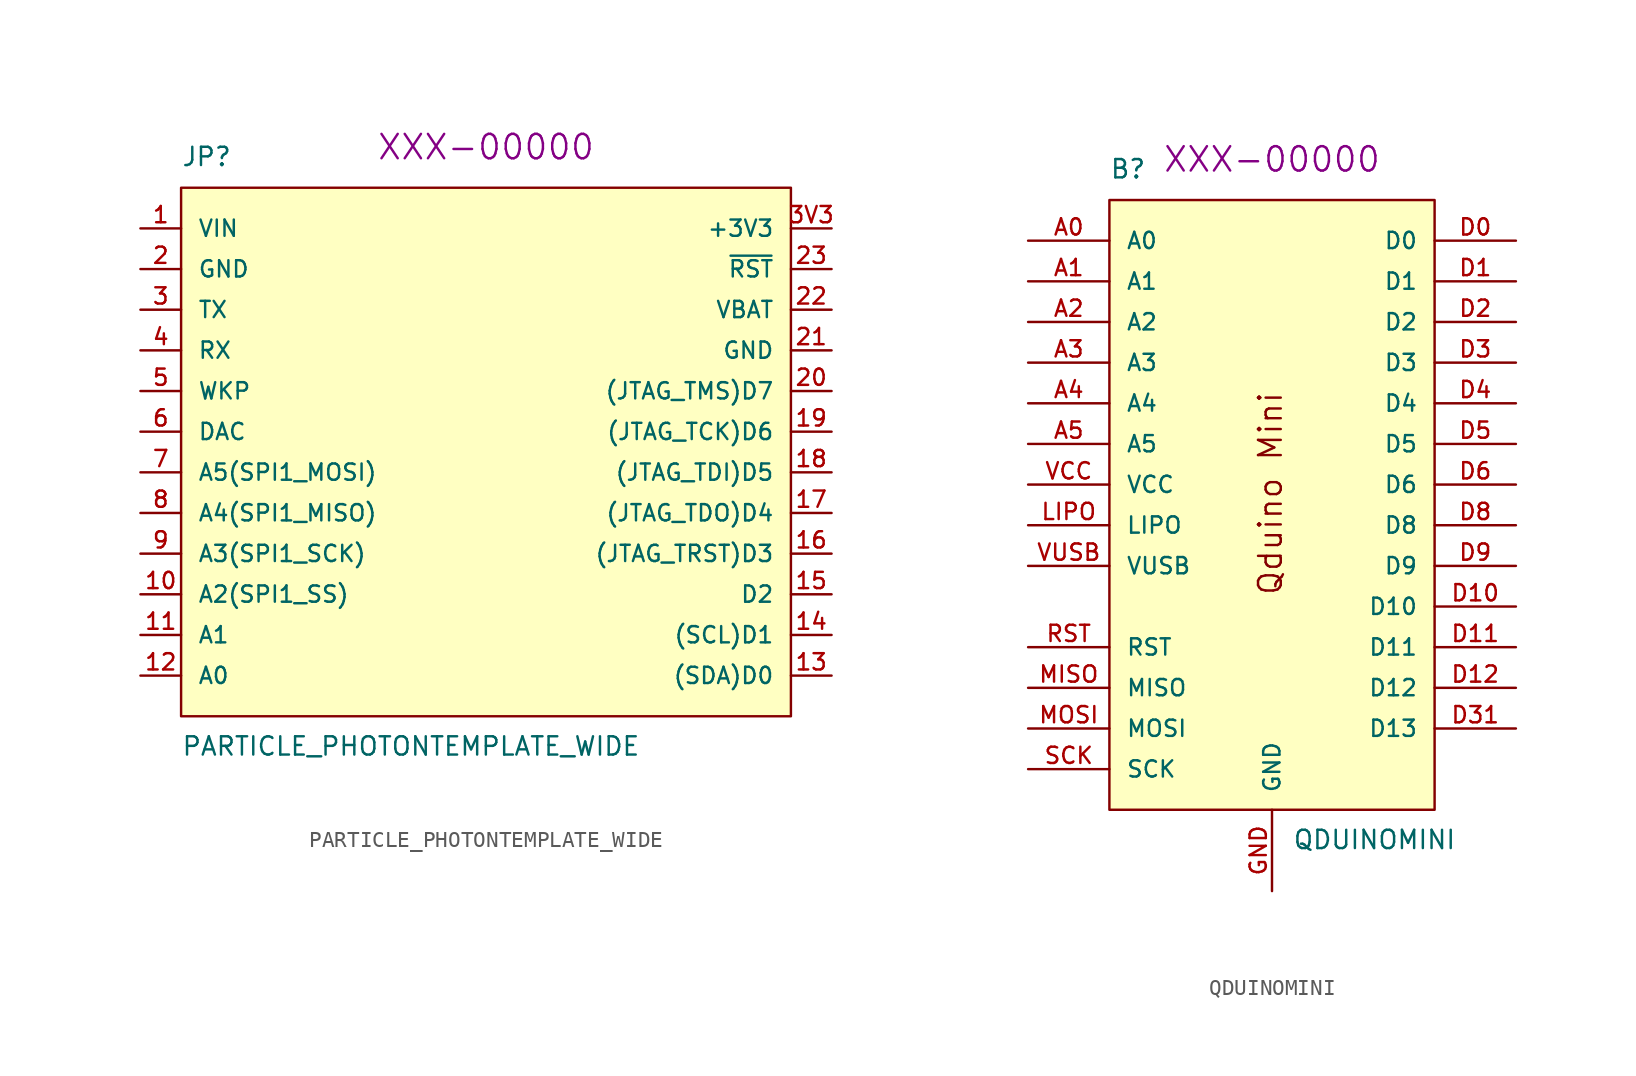
<source format=kicad_sym>
(kicad_symbol_lib
  (version 20220914)
  (generator kicad_symbol_editor)
  (symbol "PARTICLE_PHOTONTEMPLATE_WIDE"
    (pin_names
      (offset 1.016))
    (property "Reference" "JP"
      (at -19.05 17.78 0)
      (effects (font (size 1.143 1.143)) (justify left bottom)))
    (property "Value" "PARTICLE_PHOTONTEMPLATE_WIDE"
      (at -19.05 -19.05 0)
      (effects (font (size 1.143 1.143)) (justify left bottom)))
    (property "Field4" "XXX-00000"
      (at 0 19.05 0)
      (effects (font (size 1.524 1.524))))
    (property "ki_locked" ""
      (at 0 0 0)
      (effects (font (size 1.27 1.27))))
    (symbol "PARTICLE_PHOTONTEMPLATE_WIDE_1_1"
      (polyline (pts (xy -19.05 16.51) (xy -19.05 -16.51) (xy 19.05 -16.51) (xy 19.05 16.51) (xy -19.05 16.51)) (stroke (width 0) (type solid)) (fill (type background)))
      (pin power_in line (at -21.59 13.97 0) (length 2.54) (name "VIN" (effects (font (size 1.016 1.016)))) (number "1" (effects (font (size 1.016 1.016)))))
      (pin bidirectional line (at -21.59 -8.89 0) (length 2.54) (name "A2(SPI1_SS)" (effects (font (size 1.016 1.016)))) (number "10" (effects (font (size 1.016 1.016)))))
      (pin bidirectional line (at -21.59 -11.43 0) (length 2.54) (name "A1" (effects (font (size 1.016 1.016)))) (number "11" (effects (font (size 1.016 1.016)))))
      (pin bidirectional line (at -21.59 -13.97 0) (length 2.54) (name "A0" (effects (font (size 1.016 1.016)))) (number "12" (effects (font (size 1.016 1.016)))))
      (pin bidirectional line (at 21.59 -13.97 180) (length 2.54) (name "(SDA)D0" (effects (font (size 1.016 1.016)))) (number "13" (effects (font (size 1.016 1.016)))))
      (pin bidirectional line (at 21.59 -11.43 180) (length 2.54) (name "(SCL)D1" (effects (font (size 1.016 1.016)))) (number "14" (effects (font (size 1.016 1.016)))))
      (pin bidirectional line (at 21.59 -8.89 180) (length 2.54) (name "D2" (effects (font (size 1.016 1.016)))) (number "15" (effects (font (size 1.016 1.016)))))
      (pin bidirectional line (at 21.59 -6.35 180) (length 2.54) (name "(JTAG_TRST)D3" (effects (font (size 1.016 1.016)))) (number "16" (effects (font (size 1.016 1.016)))))
      (pin bidirectional line (at 21.59 -3.81 180) (length 2.54) (name "(JTAG_TDO)D4" (effects (font (size 1.016 1.016)))) (number "17" (effects (font (size 1.016 1.016)))))
      (pin bidirectional line (at 21.59 -1.27 180) (length 2.54) (name "(JTAG_TDI)D5" (effects (font (size 1.016 1.016)))) (number "18" (effects (font (size 1.016 1.016)))))
      (pin bidirectional line (at 21.59 1.27 180) (length 2.54) (name "(JTAG_TCK)D6" (effects (font (size 1.016 1.016)))) (number "19" (effects (font (size 1.016 1.016)))))
      (pin power_in line (at -21.59 11.43 0) (length 2.54) (name "GND" (effects (font (size 1.016 1.016)))) (number "2" (effects (font (size 1.016 1.016)))))
      (pin bidirectional line (at 21.59 3.81 180) (length 2.54) (name "(JTAG_TMS)D7" (effects (font (size 1.016 1.016)))) (number "20" (effects (font (size 1.016 1.016)))))
      (pin power_in line (at 21.59 6.35 180) (length 2.54) (name "GND" (effects (font (size 1.016 1.016)))) (number "21" (effects (font (size 1.016 1.016)))))
      (pin power_in line (at 21.59 8.89 180) (length 2.54) (name "VBAT" (effects (font (size 1.016 1.016)))) (number "22" (effects (font (size 1.016 1.016)))))
      (pin bidirectional line (at 21.59 11.43 180) (length 2.54) (name "~{RST}" (effects (font (size 1.016 1.016)))) (number "23" (effects (font (size 1.016 1.016)))))
      (pin power_in line (at 21.59 13.97 180) (length 2.54) hide (name "+3V3" (effects (font (size 1.016 1.016)))) (number "24" (effects (font (size 1.016 1.016)))))
      (pin bidirectional line (at -21.59 8.89 0) (length 2.54) (name "TX" (effects (font (size 1.016 1.016)))) (number "3" (effects (font (size 1.016 1.016)))))
      (pin power_in line (at 21.59 13.97 180) (length 2.54) (name "+3V3" (effects (font (size 1.016 1.016)))) (number "3V3" (effects (font (size 1.016 1.016)))))
      (pin bidirectional line (at -21.59 6.35 0) (length 2.54) (name "RX" (effects (font (size 1.016 1.016)))) (number "4" (effects (font (size 1.016 1.016)))))
      (pin bidirectional line (at -21.59 3.81 0) (length 2.54) (name "WKP" (effects (font (size 1.016 1.016)))) (number "5" (effects (font (size 1.016 1.016)))))
      (pin bidirectional line (at -21.59 1.27 0) (length 2.54) (name "DAC" (effects (font (size 1.016 1.016)))) (number "6" (effects (font (size 1.016 1.016)))))
      (pin bidirectional line (at -21.59 -1.27 0) (length 2.54) (name "A5(SPI1_MOSI)" (effects (font (size 1.016 1.016)))) (number "7" (effects (font (size 1.016 1.016)))))
      (pin bidirectional line (at -21.59 -3.81 0) (length 2.54) (name "A4(SPI1_MISO)" (effects (font (size 1.016 1.016)))) (number "8" (effects (font (size 1.016 1.016)))))
      (pin bidirectional line (at -21.59 -6.35 0) (length 2.54) (name "A3(SPI1_SCK)" (effects (font (size 1.016 1.016)))) (number "9" (effects (font (size 1.016 1.016)))))
      (pin bidirectional line (at -21.59 -13.97 0) (length 2.54) hide (name "A0" (effects (font (size 1.016 1.016)))) (number "A0" (effects (font (size 1.016 1.016)))))
      (pin bidirectional line (at -21.59 -11.43 0) (length 2.54) hide (name "A1" (effects (font (size 1.016 1.016)))) (number "A1" (effects (font (size 1.016 1.016)))))
      (pin bidirectional line (at -21.59 -8.89 0) (length 2.54) hide (name "A2(SPI1_SS)" (effects (font (size 1.016 1.016)))) (number "A2" (effects (font (size 1.016 1.016)))))
      (pin bidirectional line (at -21.59 -6.35 0) (length 2.54) hide (name "A3(SPI1_SCK)" (effects (font (size 1.016 1.016)))) (number "A3" (effects (font (size 1.016 1.016)))))
      (pin bidirectional line (at -21.59 -3.81 0) (length 2.54) hide (name "A4(SPI1_MISO)" (effects (font (size 1.016 1.016)))) (number "A4" (effects (font (size 1.016 1.016)))))
      (pin bidirectional line (at -21.59 -1.27 0) (length 2.54) hide (name "A5(SPI1_MOSI)" (effects (font (size 1.016 1.016)))) (number "A5" (effects (font (size 1.016 1.016)))))
      (pin bidirectional line (at 21.59 -13.97 180) (length 2.54) hide (name "(SDA)D0" (effects (font (size 1.016 1.016)))) (number "D0" (effects (font (size 1.016 1.016)))))
      (pin bidirectional line (at 21.59 -11.43 180) (length 2.54) hide (name "(SCL)D1" (effects (font (size 1.016 1.016)))) (number "D1" (effects (font (size 1.016 1.016)))))
      (pin bidirectional line (at 21.59 -8.89 180) (length 2.54) hide (name "D2" (effects (font (size 1.016 1.016)))) (number "D2" (effects (font (size 1.016 1.016)))))
      (pin bidirectional line (at 21.59 -6.35 180) (length 2.54) hide (name "(JTAG_TRST)D3" (effects (font (size 1.016 1.016)))) (number "D3" (effects (font (size 1.016 1.016)))))
      (pin bidirectional line (at 21.59 -3.81 180) (length 2.54) hide (name "(JTAG_TDO)D4" (effects (font (size 1.016 1.016)))) (number "D4" (effects (font (size 1.016 1.016)))))
      (pin bidirectional line (at 21.59 -1.27 180) (length 2.54) hide (name "(JTAG_TDI)D5" (effects (font (size 1.016 1.016)))) (number "D5" (effects (font (size 1.016 1.016)))))
      (pin bidirectional line (at 21.59 1.27 180) (length 2.54) hide (name "(JTAG_TCK)D6" (effects (font (size 1.016 1.016)))) (number "D6" (effects (font (size 1.016 1.016)))))
      (pin bidirectional line (at 21.59 3.81 180) (length 2.54) hide (name "(JTAG_TMS)D7" (effects (font (size 1.016 1.016)))) (number "D7" (effects (font (size 1.016 1.016)))))
      (pin bidirectional line (at -21.59 1.27 0) (length 2.54) hide (name "DAC" (effects (font (size 1.016 1.016)))) (number "DAC" (effects (font (size 1.016 1.016)))))
      (pin power_in line (at -21.59 11.43 0) (length 2.54) hide (name "GND" (effects (font (size 1.016 1.016)))) (number "GND@" (effects (font (size 1.016 1.016)))))
      (pin power_in line (at 21.59 6.35 180) (length 2.54) hide (name "GND" (effects (font (size 1.016 1.016)))) (number "GND@" (effects (font (size 1.016 1.016)))))
      (pin bidirectional line (at 21.59 11.43 180) (length 2.54) hide (name "~{RST}" (effects (font (size 1.016 1.016)))) (number "RST" (effects (font (size 1.016 1.016)))))
      (pin bidirectional line (at -21.59 6.35 0) (length 2.54) hide (name "RX" (effects (font (size 1.016 1.016)))) (number "RX" (effects (font (size 1.016 1.016)))))
      (pin bidirectional line (at -21.59 8.89 0) (length 2.54) hide (name "TX" (effects (font (size 1.016 1.016)))) (number "TX" (effects (font (size 1.016 1.016)))))
      (pin power_in line (at 21.59 8.89 180) (length 2.54) hide (name "VBAT" (effects (font (size 1.016 1.016)))) (number "VBAT" (effects (font (size 1.016 1.016)))))
      (pin power_in line (at -21.59 13.97 0) (length 2.54) hide (name "VIN" (effects (font (size 1.016 1.016)))) (number "VIN" (effects (font (size 1.016 1.016)))))
      (pin bidirectional line (at -21.59 3.81 0) (length 2.54) hide (name "WKP" (effects (font (size 1.016 1.016)))) (number "WKP" (effects (font (size 1.016 1.016)))))))
  (symbol "QDUINOMINI"
    (pin_names
      (offset 1.016))
    (property "Reference" "B"
      (at -10.16 19.05 0)
      (effects (font (size 1.143 1.143)) (justify left bottom)))
    (property "Value" "QDUINOMINI"
      (at 1.27 -22.86 0)
      (effects (font (size 1.143 1.143)) (justify left bottom)))
    (property "Field4" "XXX-00000"
      (at 0 20.32 0)
      (effects (font (size 1.524 1.524))))
    (property "ki_locked" ""
      (at 0 0 0)
      (effects (font (size 1.27 1.27))))
    (symbol "QDUINOMINI_1_0"
      (text "Qduino Mini" (at -0.102 -0.559 900) (effects (font (size 1.422 1.422)))))
    (symbol "QDUINOMINI_1_1"
      (polyline (pts (xy -10.16 17.78) (xy 10.16 17.78) (xy 10.16 -20.32) (xy -10.16 -20.32) (xy -10.16 17.78)) (stroke (width 0) (type solid)) (fill (type background)))
      (pin bidirectional line (at -15.24 15.24 0) (length 5.08) (name "A0" (effects (font (size 1.016 1.016)))) (number "A0" (effects (font (size 1.016 1.016)))))
      (pin bidirectional line (at -15.24 12.7 0) (length 5.08) (name "A1" (effects (font (size 1.016 1.016)))) (number "A1" (effects (font (size 1.016 1.016)))))
      (pin bidirectional line (at -15.24 10.16 0) (length 5.08) (name "A2" (effects (font (size 1.016 1.016)))) (number "A2" (effects (font (size 1.016 1.016)))))
      (pin bidirectional line (at -15.24 7.62 0) (length 5.08) (name "A3" (effects (font (size 1.016 1.016)))) (number "A3" (effects (font (size 1.016 1.016)))))
      (pin bidirectional line (at -15.24 5.08 0) (length 5.08) (name "A4" (effects (font (size 1.016 1.016)))) (number "A4" (effects (font (size 1.016 1.016)))))
      (pin bidirectional line (at -15.24 2.54 0) (length 5.08) (name "A5" (effects (font (size 1.016 1.016)))) (number "A5" (effects (font (size 1.016 1.016)))))
      (pin bidirectional line (at 15.24 15.24 180) (length 5.08) (name "D0" (effects (font (size 1.016 1.016)))) (number "D0" (effects (font (size 1.016 1.016)))))
      (pin bidirectional line (at 15.24 12.7 180) (length 5.08) (name "D1" (effects (font (size 1.016 1.016)))) (number "D1" (effects (font (size 1.016 1.016)))))
      (pin bidirectional line (at 15.24 -7.62 180) (length 5.08) (name "D10" (effects (font (size 1.016 1.016)))) (number "D10" (effects (font (size 1.016 1.016)))))
      (pin bidirectional line (at 15.24 -10.16 180) (length 5.08) (name "D11" (effects (font (size 1.016 1.016)))) (number "D11" (effects (font (size 1.016 1.016)))))
      (pin bidirectional line (at 15.24 -12.7 180) (length 5.08) (name "D12" (effects (font (size 1.016 1.016)))) (number "D12" (effects (font (size 1.016 1.016)))))
      (pin bidirectional line (at 15.24 10.16 180) (length 5.08) (name "D2" (effects (font (size 1.016 1.016)))) (number "D2" (effects (font (size 1.016 1.016)))))
      (pin bidirectional line (at 15.24 7.62 180) (length 5.08) (name "D3" (effects (font (size 1.016 1.016)))) (number "D3" (effects (font (size 1.016 1.016)))))
      (pin bidirectional line (at 15.24 -15.24 180) (length 5.08) (name "D13" (effects (font (size 1.016 1.016)))) (number "D31" (effects (font (size 1.016 1.016)))))
      (pin bidirectional line (at 15.24 5.08 180) (length 5.08) (name "D4" (effects (font (size 1.016 1.016)))) (number "D4" (effects (font (size 1.016 1.016)))))
      (pin bidirectional line (at 15.24 2.54 180) (length 5.08) (name "D5" (effects (font (size 1.016 1.016)))) (number "D5" (effects (font (size 1.016 1.016)))))
      (pin bidirectional line (at 15.24 0 180) (length 5.08) (name "D6" (effects (font (size 1.016 1.016)))) (number "D6" (effects (font (size 1.016 1.016)))))
      (pin bidirectional line (at 15.24 -2.54 180) (length 5.08) (name "D8" (effects (font (size 1.016 1.016)))) (number "D8" (effects (font (size 1.016 1.016)))))
      (pin bidirectional line (at 15.24 -5.08 180) (length 5.08) (name "D9" (effects (font (size 1.016 1.016)))) (number "D9" (effects (font (size 1.016 1.016)))))
      (pin bidirectional line (at 0 -25.4 90) (length 5.08) (name "GND" (effects (font (size 1.016 1.016)))) (number "GND" (effects (font (size 1.016 1.016)))))
      (pin bidirectional line (at -15.24 -2.54 0) (length 5.08) (name "LIPO" (effects (font (size 1.016 1.016)))) (number "LIPO" (effects (font (size 1.016 1.016)))))
      (pin bidirectional line (at -15.24 -12.7 0) (length 5.08) (name "MISO" (effects (font (size 1.016 1.016)))) (number "MISO" (effects (font (size 1.016 1.016)))))
      (pin bidirectional line (at -15.24 -15.24 0) (length 5.08) (name "MOSI" (effects (font (size 1.016 1.016)))) (number "MOSI" (effects (font (size 1.016 1.016)))))
      (pin bidirectional line (at -15.24 -10.16 0) (length 5.08) (name "RST" (effects (font (size 1.016 1.016)))) (number "RST" (effects (font (size 1.016 1.016)))))
      (pin bidirectional line (at -15.24 -17.78 0) (length 5.08) (name "SCK" (effects (font (size 1.016 1.016)))) (number "SCK" (effects (font (size 1.016 1.016)))))
      (pin bidirectional line (at -15.24 0 0) (length 5.08) (name "VCC" (effects (font (size 1.016 1.016)))) (number "VCC" (effects (font (size 1.016 1.016)))))
      (pin bidirectional line (at -15.24 -5.08 0) (length 5.08) (name "VUSB" (effects (font (size 1.016 1.016)))) (number "VUSB" (effects (font (size 1.016 1.016))))))))
</source>
